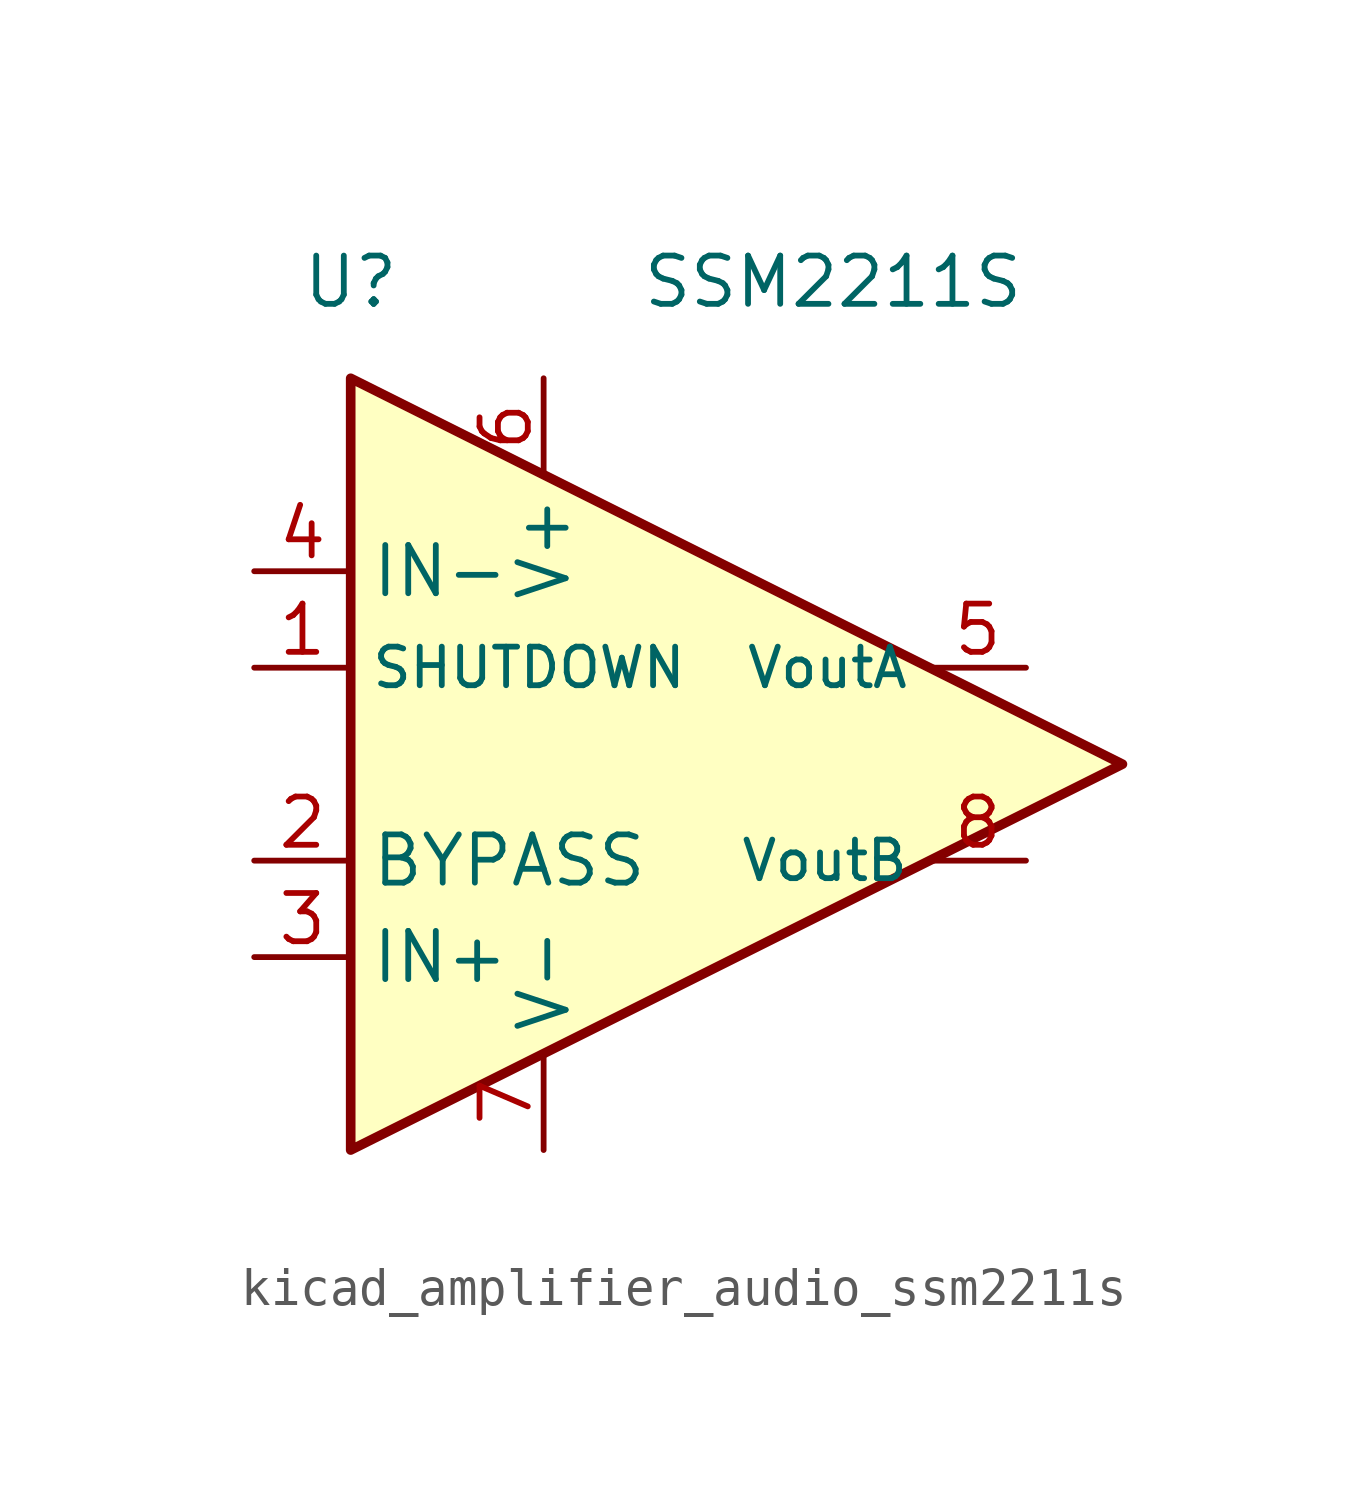
<source format=kicad_sym>
(kicad_symbol_lib
  (version 20220914)
  (generator kicad_symbol_editor)
  (symbol "kicad_amplifier_audio_ssm2211s"
    (property "Reference" "U"
      (at -7.62 12.7 0)
      (effects (font (size 1.27 1.27))))
    (property "Value" "SSM2211S"
      (at 5.08 12.7 0)
      (effects (font (size 1.27 1.27))))
    (symbol "kicad_amplifier_audio_ssm2211s_0_1"
      (polyline (pts (xy -7.62 10.16) (xy -7.62 -10.16) (xy 12.7 0) (xy -7.62 10.16)) (stroke (width 0.254) (type default)) (fill (type background))))
    (symbol "kicad_amplifier_audio_ssm2211s_1_1"
      (pin input line (at -10.16 2.54 0) (length 2.54) (name "SHUTDOWN" (effects (font (size 1.016 1.016)))) (number "1" (effects (font (size 1.27 1.27)))))
      (pin passive line (at -10.16 -2.54 0) (length 2.54) (name "BYPASS" (effects (font (size 1.27 1.27)))) (number "2" (effects (font (size 1.27 1.27)))))
      (pin input line (at -10.16 -5.08 0) (length 2.54) (name "IN+" (effects (font (size 1.27 1.27)))) (number "3" (effects (font (size 1.27 1.27)))))
      (pin input line (at -10.16 5.08 0) (length 2.54) (name "IN-" (effects (font (size 1.27 1.27)))) (number "4" (effects (font (size 1.27 1.27)))))
      (pin output line (at 10.16 2.54 180) (length 2.54) (name "VoutA" (effects (font (size 1.016 1.016)))) (number "5" (effects (font (size 1.27 1.27)))))
      (pin power_in line (at -2.54 10.16 270) (length 2.54) (name "V+" (effects (font (size 1.27 1.27)))) (number "6" (effects (font (size 1.27 1.27)))))
      (pin power_in line (at -2.54 -10.16 90) (length 2.54) (name "V-" (effects (font (size 1.27 1.27)))) (number "7" (effects (font (size 1.27 1.27)))))
      (pin output line (at 10.16 -2.54 180) (length 2.54) (name "VoutB" (effects (font (size 1.016 1.016)))) (number "8" (effects (font (size 1.27 1.27))))))))
</source>
